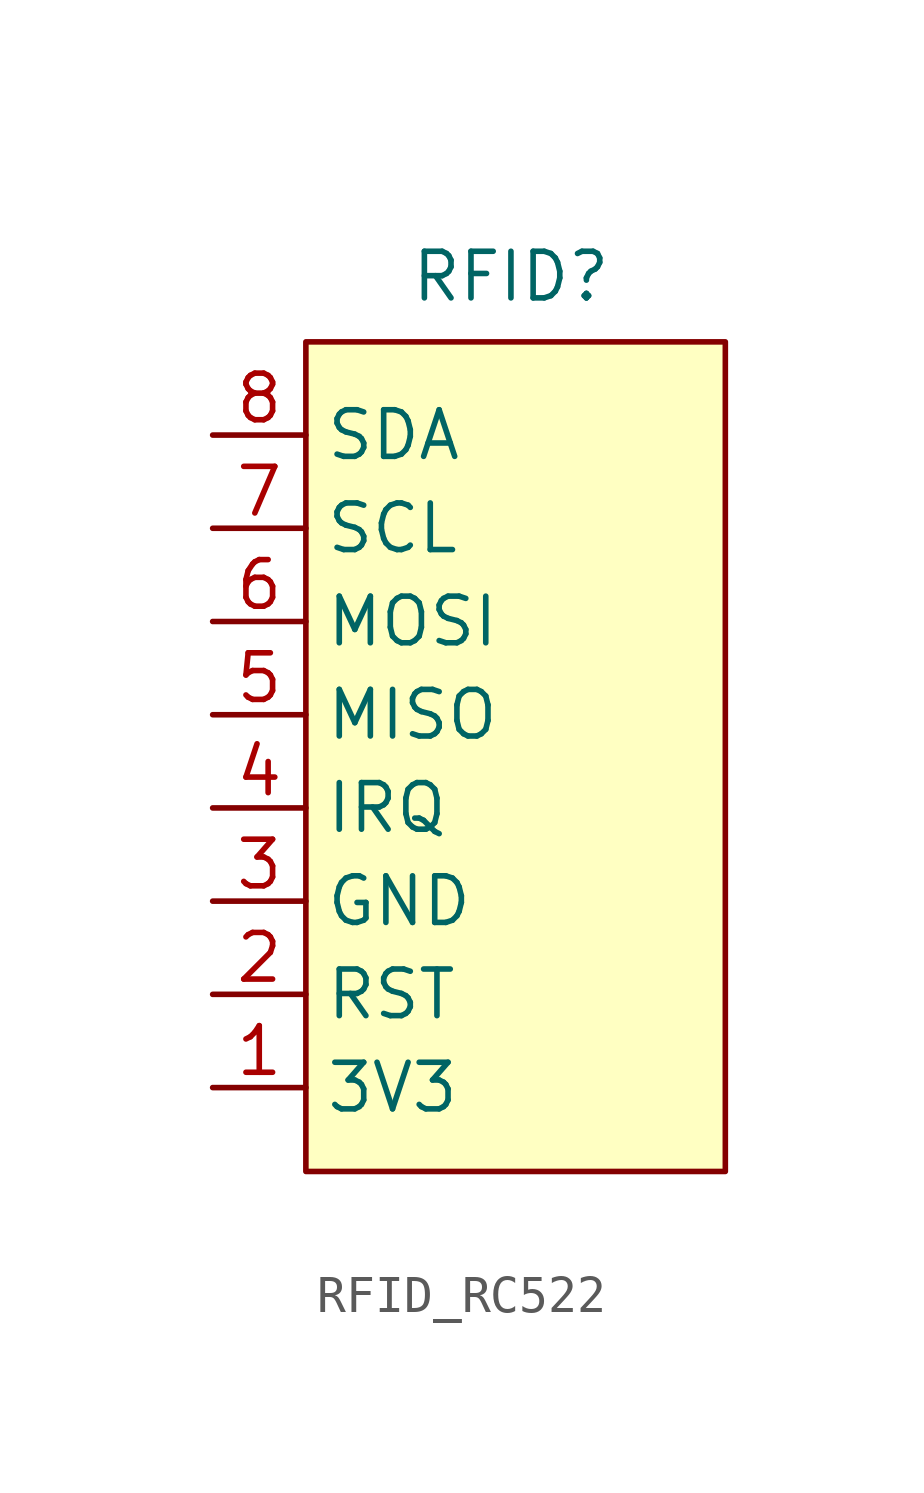
<source format=kicad_sym>
(kicad_symbol_lib
  (version 20241209)
  (generator "kicad_symbol_editor")
  (generator_version "9.0")
  (symbol "RFID_RC522"
    (property "Reference" "RFID"
      (at 8.128 13.208 0)
      (effects (font (size 1.27 1.27))))
    (property "Value" ""
      (at 0 0 0)
      (effects (font (size 1.27 1.27))))
    (symbol "RFID_RC522_1_1"
      (rectangle (start 2.54 11.43) (end 13.97 -11.176) (stroke (width 0) (type solid)) (fill (type color) (color 255 255 194 1)))
      (pin input line (at 0 8.89 0) (length 2.54) (name "SDA" (effects (font (size 1.27 1.27)))) (number "8" (effects (font (size 1.27 1.27)))))
      (pin input line (at 0 6.35 0) (length 2.54) (name "SCL" (effects (font (size 1.27 1.27)))) (number "7" (effects (font (size 1.27 1.27)))))
      (pin input line (at 0 3.81 0) (length 2.54) (name "MOSI" (effects (font (size 1.27 1.27)))) (number "6" (effects (font (size 1.27 1.27)))))
      (pin input line (at 0 1.27 0) (length 2.54) (name "MISO" (effects (font (size 1.27 1.27)))) (number "5" (effects (font (size 1.27 1.27)))))
      (pin input line (at 0 -1.27 0) (length 2.54) (name "IRQ" (effects (font (size 1.27 1.27)))) (number "4" (effects (font (size 1.27 1.27)))))
      (pin input line (at 0 -3.81 0) (length 2.54) (name "GND" (effects (font (size 1.27 1.27)))) (number "3" (effects (font (size 1.27 1.27)))))
      (pin input line (at 0 -6.35 0) (length 2.54) (name "RST" (effects (font (size 1.27 1.27)))) (number "2" (effects (font (size 1.27 1.27)))))
      (pin input line (at 0 -8.89 0) (length 2.54) (name "3V3" (effects (font (size 1.27 1.27)))) (number "1" (effects (font (size 1.27 1.27))))))))
</source>
